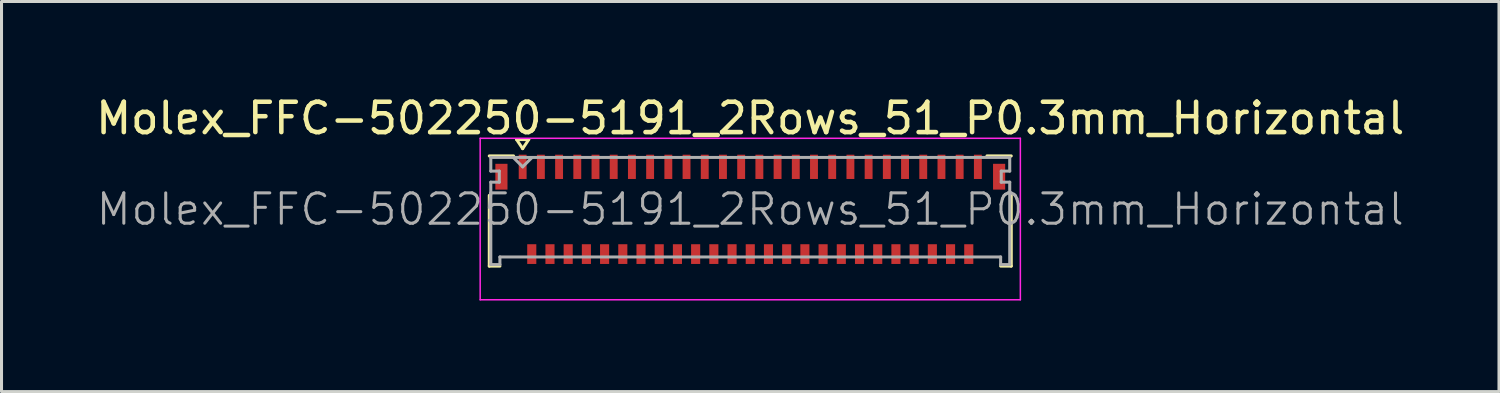
<source format=kicad_pcb>
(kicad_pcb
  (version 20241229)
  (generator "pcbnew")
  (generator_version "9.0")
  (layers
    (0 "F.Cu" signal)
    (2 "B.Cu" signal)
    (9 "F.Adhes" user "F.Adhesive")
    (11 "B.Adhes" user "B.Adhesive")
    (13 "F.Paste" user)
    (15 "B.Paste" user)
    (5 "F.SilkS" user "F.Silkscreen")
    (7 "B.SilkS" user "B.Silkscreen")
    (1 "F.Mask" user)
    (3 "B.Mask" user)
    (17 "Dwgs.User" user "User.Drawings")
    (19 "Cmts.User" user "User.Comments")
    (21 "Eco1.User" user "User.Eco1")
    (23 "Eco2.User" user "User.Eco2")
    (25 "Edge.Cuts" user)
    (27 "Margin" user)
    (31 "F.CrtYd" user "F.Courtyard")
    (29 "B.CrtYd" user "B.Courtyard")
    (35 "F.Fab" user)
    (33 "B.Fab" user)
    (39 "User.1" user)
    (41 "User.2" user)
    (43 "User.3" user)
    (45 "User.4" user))
  (footprint "Molex_FFC-502250-5191_2Rows_51_P0.3mm_Horizontal"
    (layer "F.Cu")
    (at 21.673 3.848)
    (property "Reference" "Molex_FFC-502250-5191_2Rows_51_P0.3mm_Horizontal" (at 0 -3 0) (layer "F.SilkS") (effects (font (size 1 1) (thickness 0.15))))
    (attr smd)
    (fp_line (start -8.6 -1.76) (end -7.8 -1.76) (stroke (width 0.1) (type solid)) (layer "F.SilkS"))
    (fp_line (start -8.6 -0.46) (end -8.6 1.87) (stroke (width 0.1) (type solid)) (layer "F.SilkS"))
    (fp_line (start -8.6 1.87) (end -8.25 1.87) (stroke (width 0.1) (type solid)) (layer "F.SilkS"))
    (fp_line (start -7.7 -2.3) (end -7.3 -2.3) (stroke (width 0.1) (type solid)) (layer "F.SilkS"))
    (fp_line (start -7.5 -2) (end -7.7 -2.3) (stroke (width 0.1) (type solid)) (layer "F.SilkS"))
    (fp_line (start -7.3 -2.3) (end -7.5 -2) (stroke (width 0.1) (type solid)) (layer "F.SilkS"))
    (fp_line (start 8.6 -1.76) (end 7.8 -1.76) (stroke (width 0.1) (type solid)) (layer "F.SilkS"))
    (fp_line (start 8.6 -0.46) (end 8.6 1.87) (stroke (width 0.1) (type solid)) (layer "F.SilkS"))
    (fp_line (start 8.6 1.87) (end 8.25 1.87) (stroke (width 0.1) (type solid)) (layer "F.SilkS"))
    (fp_line (start -8.9 -2.34) (end 8.9 -2.34) (stroke (width 0.05) (type solid)) (layer "F.CrtYd"))
    (fp_line (start -8.9 2.98) (end -8.9 -2.34) (stroke (width 0.05) (type solid)) (layer "F.CrtYd"))
    (fp_line (start 8.9 -2.34) (end 8.9 2.98) (stroke (width 0.05) (type solid)) (layer "F.CrtYd"))
    (fp_line (start 8.9 2.98) (end -8.9 2.98) (stroke (width 0.05) (type solid)) (layer "F.CrtYd"))
    (fp_line (start -8.55 -1.71) (end -8.55 -1.26) (stroke (width 0.1) (type solid)) (layer "F.Fab"))
    (fp_line (start -8.55 -1.26) (end -8.27 -1.26) (stroke (width 0.1) (type solid)) (layer "F.Fab"))
    (fp_line (start -8.55 -0.895) (end -8.55 1.82) (stroke (width 0.1) (type solid)) (layer "F.Fab"))
    (fp_line (start -8.55 1.82) (end -8.25 1.82) (stroke (width 0.1) (type solid)) (layer "F.Fab"))
    (fp_line (start -8.27 -1.26) (end -8.27 -0.895) (stroke (width 0.1) (type solid)) (layer "F.Fab"))
    (fp_line (start -8.27 -0.895) (end -8.55 -0.895) (stroke (width 0.1) (type solid)) (layer "F.Fab"))
    (fp_line (start -8.25 1.57) (end 8.25 1.57) (stroke (width 0.1) (type solid)) (layer "F.Fab"))
    (fp_line (start -8.25 1.82) (end -8.25 1.57) (stroke (width 0.1) (type solid)) (layer "F.Fab"))
    (fp_line (start -7.8 -1.7) (end -7.5 -1.4) (stroke (width 0.1) (type solid)) (layer "F.Fab"))
    (fp_line (start -7.5 -1.4) (end -7.2 -1.7) (stroke (width 0.1) (type solid)) (layer "F.Fab"))
    (fp_line (start 8.25 1.57) (end 8.25 1.82) (stroke (width 0.1) (type solid)) (layer "F.Fab"))
    (fp_line (start 8.25 1.82) (end 8.55 1.82) (stroke (width 0.1) (type solid)) (layer "F.Fab"))
    (fp_line (start 8.27 -1.26) (end 8.55 -1.26) (stroke (width 0.1) (type solid)) (layer "F.Fab"))
    (fp_line (start 8.27 -0.895) (end 8.27 -1.26) (stroke (width 0.1) (type solid)) (layer "F.Fab"))
    (fp_line (start 8.55 -1.71) (end -8.55 -1.71) (stroke (width 0.1) (type solid)) (layer "F.Fab"))
    (fp_line (start 8.55 -1.26) (end 8.55 -1.71) (stroke (width 0.1) (type solid)) (layer "F.Fab"))
    (fp_line (start 8.55 -0.895) (end 8.27 -0.895) (stroke (width 0.1) (type solid)) (layer "F.Fab"))
    (fp_line (start 8.55 1.82) (end 8.55 -0.895) (stroke (width 0.1) (type solid)) (layer "F.Fab"))
    (fp_text user "${REFERENCE}" (at 0 0 0) (layer "F.Fab") (effects (font (size 1 1) (thickness 0.1))))
    (pad "" smd rect (at -8.2 -1.075) (size 0.4 0.85) (layers "F.Cu" "F.Mask" "F.Paste"))
    (pad "" smd rect (at 8.2 -1.075) (size 0.4 0.85) (layers "F.Cu" "F.Mask" "F.Paste"))
    (pad "1" smd rect (at -7.5 -1.4) (size 0.26 0.8) (layers "F.Cu" "F.Mask" "F.Paste"))
    (pad "2" smd rect (at -7.2 1.475) (size 0.3 0.65) (layers "F.Cu" "F.Mask" "F.Paste"))
    (pad "3" smd rect (at -6.9 -1.4) (size 0.26 0.8) (layers "F.Cu" "F.Mask" "F.Paste"))
    (pad "4" smd rect (at -6.6 1.475) (size 0.3 0.65) (layers "F.Cu" "F.Mask" "F.Paste"))
    (pad "5" smd rect (at -6.3 -1.4) (size 0.26 0.8) (layers "F.Cu" "F.Mask" "F.Paste"))
    (pad "6" smd rect (at -6 1.475) (size 0.3 0.65) (layers "F.Cu" "F.Mask" "F.Paste"))
    (pad "7" smd rect (at -5.7 -1.4) (size 0.26 0.8) (layers "F.Cu" "F.Mask" "F.Paste"))
    (pad "8" smd rect (at -5.4 1.475) (size 0.3 0.65) (layers "F.Cu" "F.Mask" "F.Paste"))
    (pad "9" smd rect (at -5.1 -1.4) (size 0.26 0.8) (layers "F.Cu" "F.Mask" "F.Paste"))
    (pad "10" smd rect (at -4.8 1.475) (size 0.3 0.65) (layers "F.Cu" "F.Mask" "F.Paste"))
    (pad "11" smd rect (at -4.5 -1.4) (size 0.26 0.8) (layers "F.Cu" "F.Mask" "F.Paste"))
    (pad "12" smd rect (at -4.2 1.475) (size 0.3 0.65) (layers "F.Cu" "F.Mask" "F.Paste"))
    (pad "13" smd rect (at -3.9 -1.4) (size 0.26 0.8) (layers "F.Cu" "F.Mask" "F.Paste"))
    (pad "14" smd rect (at -3.6 1.475) (size 0.3 0.65) (layers "F.Cu" "F.Mask" "F.Paste"))
    (pad "15" smd rect (at -3.3 -1.4) (size 0.26 0.8) (layers "F.Cu" "F.Mask" "F.Paste"))
    (pad "16" smd rect (at -3 1.475) (size 0.3 0.65) (layers "F.Cu" "F.Mask" "F.Paste"))
    (pad "17" smd rect (at -2.7 -1.4) (size 0.26 0.8) (layers "F.Cu" "F.Mask" "F.Paste"))
    (pad "18" smd rect (at -2.4 1.475) (size 0.3 0.65) (layers "F.Cu" "F.Mask" "F.Paste"))
    (pad "19" smd rect (at -2.1 -1.4) (size 0.26 0.8) (layers "F.Cu" "F.Mask" "F.Paste"))
    (pad "20" smd rect (at -1.8 1.475) (size 0.3 0.65) (layers "F.Cu" "F.Mask" "F.Paste"))
    (pad "21" smd rect (at -1.5 -1.4) (size 0.26 0.8) (layers "F.Cu" "F.Mask" "F.Paste"))
    (pad "22" smd rect (at -1.2 1.475) (size 0.3 0.65) (layers "F.Cu" "F.Mask" "F.Paste"))
    (pad "23" smd rect (at -0.9 -1.4) (size 0.26 0.8) (layers "F.Cu" "F.Mask" "F.Paste"))
    (pad "24" smd rect (at -0.6 1.475) (size 0.3 0.65) (layers "F.Cu" "F.Mask" "F.Paste"))
    (pad "25" smd rect (at -0.3 -1.4) (size 0.26 0.8) (layers "F.Cu" "F.Mask" "F.Paste"))
    (pad "26" smd rect (at 0 1.475) (size 0.3 0.65) (layers "F.Cu" "F.Mask" "F.Paste"))
    (pad "27" smd rect (at 0.3 -1.4) (size 0.26 0.8) (layers "F.Cu" "F.Mask" "F.Paste"))
    (pad "28" smd rect (at 0.6 1.475) (size 0.3 0.65) (layers "F.Cu" "F.Mask" "F.Paste"))
    (pad "29" smd rect (at 0.9 -1.4) (size 0.26 0.8) (layers "F.Cu" "F.Mask" "F.Paste"))
    (pad "30" smd rect (at 1.2 1.475) (size 0.3 0.65) (layers "F.Cu" "F.Mask" "F.Paste"))
    (pad "31" smd rect (at 1.5 -1.4) (size 0.26 0.8) (layers "F.Cu" "F.Mask" "F.Paste"))
    (pad "32" smd rect (at 1.8 1.475) (size 0.3 0.65) (layers "F.Cu" "F.Mask" "F.Paste"))
    (pad "33" smd rect (at 2.1 -1.4) (size 0.26 0.8) (layers "F.Cu" "F.Mask" "F.Paste"))
    (pad "34" smd rect (at 2.4 1.475) (size 0.3 0.65) (layers "F.Cu" "F.Mask" "F.Paste"))
    (pad "35" smd rect (at 2.7 -1.4) (size 0.26 0.8) (layers "F.Cu" "F.Mask" "F.Paste"))
    (pad "36" smd rect (at 3 1.475) (size 0.3 0.65) (layers "F.Cu" "F.Mask" "F.Paste"))
    (pad "37" smd rect (at 3.3 -1.4) (size 0.26 0.8) (layers "F.Cu" "F.Mask" "F.Paste"))
    (pad "38" smd rect (at 3.6 1.475) (size 0.3 0.65) (layers "F.Cu" "F.Mask" "F.Paste"))
    (pad "39" smd rect (at 3.9 -1.4) (size 0.26 0.8) (layers "F.Cu" "F.Mask" "F.Paste"))
    (pad "40" smd rect (at 4.2 1.475) (size 0.3 0.65) (layers "F.Cu" "F.Mask" "F.Paste"))
    (pad "41" smd rect (at 4.5 -1.4) (size 0.26 0.8) (layers "F.Cu" "F.Mask" "F.Paste"))
    (pad "42" smd rect (at 4.8 1.475) (size 0.3 0.65) (layers "F.Cu" "F.Mask" "F.Paste"))
    (pad "43" smd rect (at 5.1 -1.4) (size 0.26 0.8) (layers "F.Cu" "F.Mask" "F.Paste"))
    (pad "44" smd rect (at 5.4 1.475) (size 0.3 0.65) (layers "F.Cu" "F.Mask" "F.Paste"))
    (pad "45" smd rect (at 5.7 -1.4) (size 0.26 0.8) (layers "F.Cu" "F.Mask" "F.Paste"))
    (pad "46" smd rect (at 6 1.475) (size 0.3 0.65) (layers "F.Cu" "F.Mask" "F.Paste"))
    (pad "47" smd rect (at 6.3 -1.4) (size 0.26 0.8) (layers "F.Cu" "F.Mask" "F.Paste"))
    (pad "48" smd rect (at 6.6 1.475) (size 0.3 0.65) (layers "F.Cu" "F.Mask" "F.Paste"))
    (pad "49" smd rect (at 6.9 -1.4) (size 0.26 0.8) (layers "F.Cu" "F.Mask" "F.Paste"))
    (pad "50" smd rect (at 7.2 1.475) (size 0.3 0.65) (layers "F.Cu" "F.Mask" "F.Paste"))
    (pad "51" smd rect (at 7.5 -1.4) (size 0.26 0.8) (layers "F.Cu" "F.Mask" "F.Paste")))
  (gr_rect
    (start -3 -3)
    (end 46.345 9.853)
    (stroke (width 0.1) (type default))
    (fill no)
    (layer "Edge.Cuts")))
</source>
